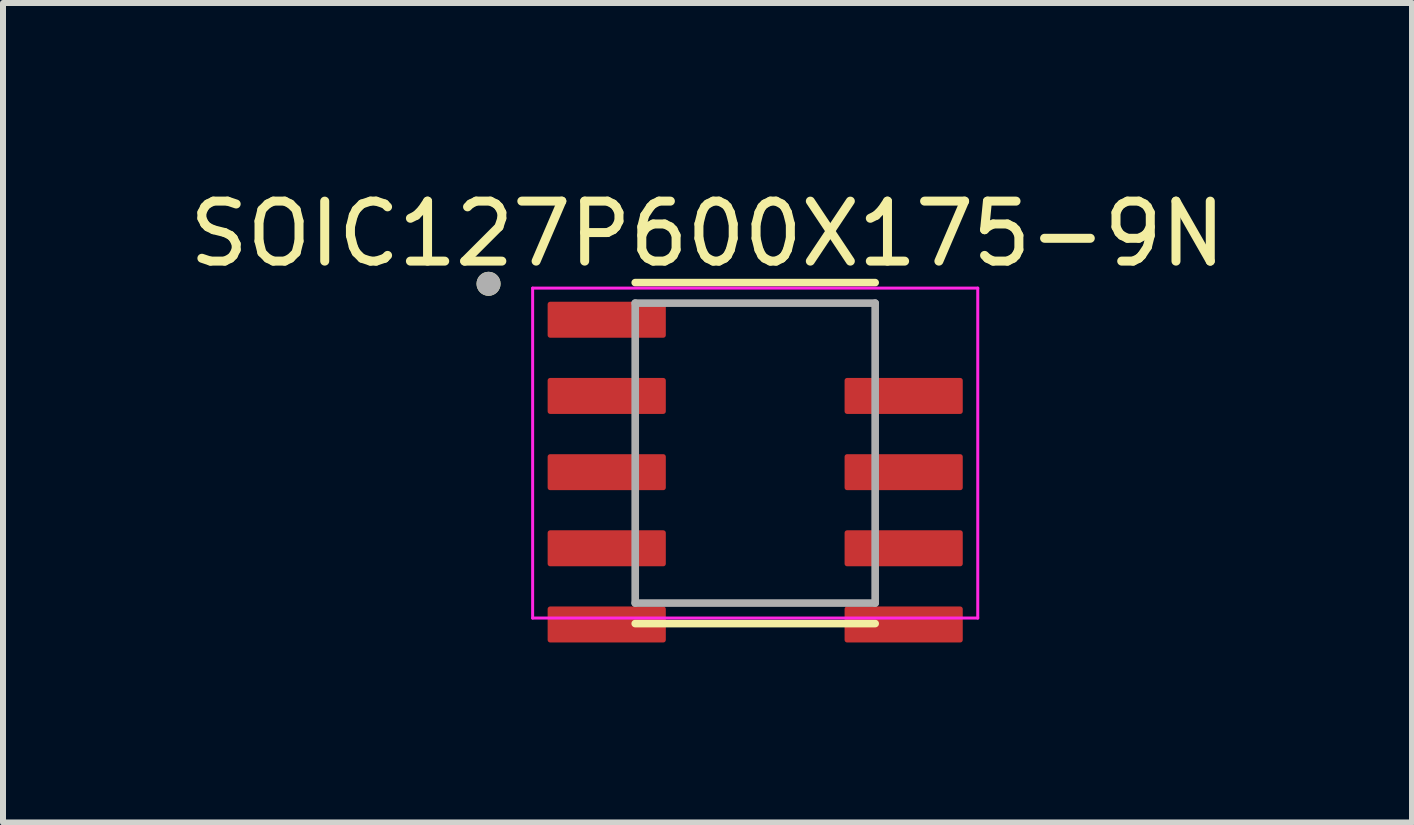
<source format=kicad_pcb>
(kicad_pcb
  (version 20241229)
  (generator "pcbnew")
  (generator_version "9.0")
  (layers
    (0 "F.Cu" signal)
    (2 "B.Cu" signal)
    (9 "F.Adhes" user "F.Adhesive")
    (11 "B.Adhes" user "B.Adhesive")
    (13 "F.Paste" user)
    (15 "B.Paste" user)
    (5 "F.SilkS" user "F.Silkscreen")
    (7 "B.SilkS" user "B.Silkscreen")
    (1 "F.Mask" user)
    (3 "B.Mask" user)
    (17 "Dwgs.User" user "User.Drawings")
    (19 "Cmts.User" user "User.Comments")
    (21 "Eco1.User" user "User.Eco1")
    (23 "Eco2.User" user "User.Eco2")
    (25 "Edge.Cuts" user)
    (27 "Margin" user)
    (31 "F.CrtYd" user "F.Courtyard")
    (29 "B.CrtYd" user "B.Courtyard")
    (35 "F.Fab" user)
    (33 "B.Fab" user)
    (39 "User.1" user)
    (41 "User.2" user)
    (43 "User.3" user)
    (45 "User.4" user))
  (footprint "SOIC127P600X175-9N"
    (layer "F.Cu")
    (at 9.539 4.503)
    (property "Reference" "SOIC127P600X175-9N" (at -0.795 -3.655 0) (layer "F.SilkS") (effects (font (size 1 1) (thickness 0.15))))
    (attr through_hole)
    (fp_line (start -2 -2.842) (end 2 -2.842) (stroke (width 0.127) (type solid)) (layer "F.SilkS"))
    (fp_line (start -2 2.842) (end 2 2.842) (stroke (width 0.127) (type solid)) (layer "F.SilkS"))
    (fp_circle (center -4.445 -2.822) (end -4.345 -2.822) (stroke (width 0.2) (type solid)) (fill no) (layer "F.SilkS"))
    (fp_line (start -3.71 -2.75) (end -3.71 2.75) (stroke (width 0.05) (type solid)) (layer "F.CrtYd"))
    (fp_line (start -3.71 -2.75) (end 3.71 -2.75) (stroke (width 0.05) (type solid)) (layer "F.CrtYd"))
    (fp_line (start -3.71 2.75) (end 3.71 2.75) (stroke (width 0.05) (type solid)) (layer "F.CrtYd"))
    (fp_line (start 3.71 -2.75) (end 3.71 2.75) (stroke (width 0.05) (type solid)) (layer "F.CrtYd"))
    (fp_line (start -2 -2.5) (end -2 2.5) (stroke (width 0.127) (type solid)) (layer "F.Fab"))
    (fp_line (start -2 -2.5) (end 2 -2.5) (stroke (width 0.127) (type solid)) (layer "F.Fab"))
    (fp_line (start -2 2.5) (end 2 2.5) (stroke (width 0.127) (type solid)) (layer "F.Fab"))
    (fp_line (start 2 -2.5) (end 2 2.5) (stroke (width 0.127) (type solid)) (layer "F.Fab"))
    (fp_circle (center -4.445 -2.822) (end -4.345 -2.822) (stroke (width 0.2) (type solid)) (fill no) (layer "F.Fab"))
    (pad "1" smd roundrect (at -2.475 -2.223) (size 1.97 0.6) (layers "F.Cu" "F.Mask" "F.Paste") (roundrect_rratio 0.07))
    (pad "2" smd roundrect (at -2.475 -0.953) (size 1.97 0.6) (layers "F.Cu" "F.Mask" "F.Paste") (roundrect_rratio 0.07))
    (pad "3" smd roundrect (at -2.475 0.318) (size 1.97 0.6) (layers "F.Cu" "F.Mask" "F.Paste") (roundrect_rratio 0.07))
    (pad "4" smd roundrect (at -2.475 1.587) (size 1.97 0.6) (layers "F.Cu" "F.Mask" "F.Paste") (roundrect_rratio 0.07))
    (pad "5" smd roundrect (at -2.475 2.857) (size 1.97 0.6) (layers "F.Cu" "F.Mask" "F.Paste") (roundrect_rratio 0.07))
    (pad "6" smd roundrect (at 2.475 2.857) (size 1.97 0.6) (layers "F.Cu" "F.Mask" "F.Paste") (roundrect_rratio 0.07))
    (pad "7" smd roundrect (at 2.475 1.587) (size 1.97 0.6) (layers "F.Cu" "F.Mask" "F.Paste") (roundrect_rratio 0.07))
    (pad "8" smd roundrect (at 2.475 0.318) (size 1.97 0.6) (layers "F.Cu" "F.Mask" "F.Paste") (roundrect_rratio 0.07))
    (pad "9" smd roundrect (at 2.475 -0.953) (size 1.97 0.6) (layers "F.Cu" "F.Mask" "F.Paste") (roundrect_rratio 0.07)))
  (gr_rect
    (start -3 -3)
    (end 20.488 10.66)
    (stroke (width 0.1) (type default))
    (fill no)
    (layer "Edge.Cuts")))
</source>
